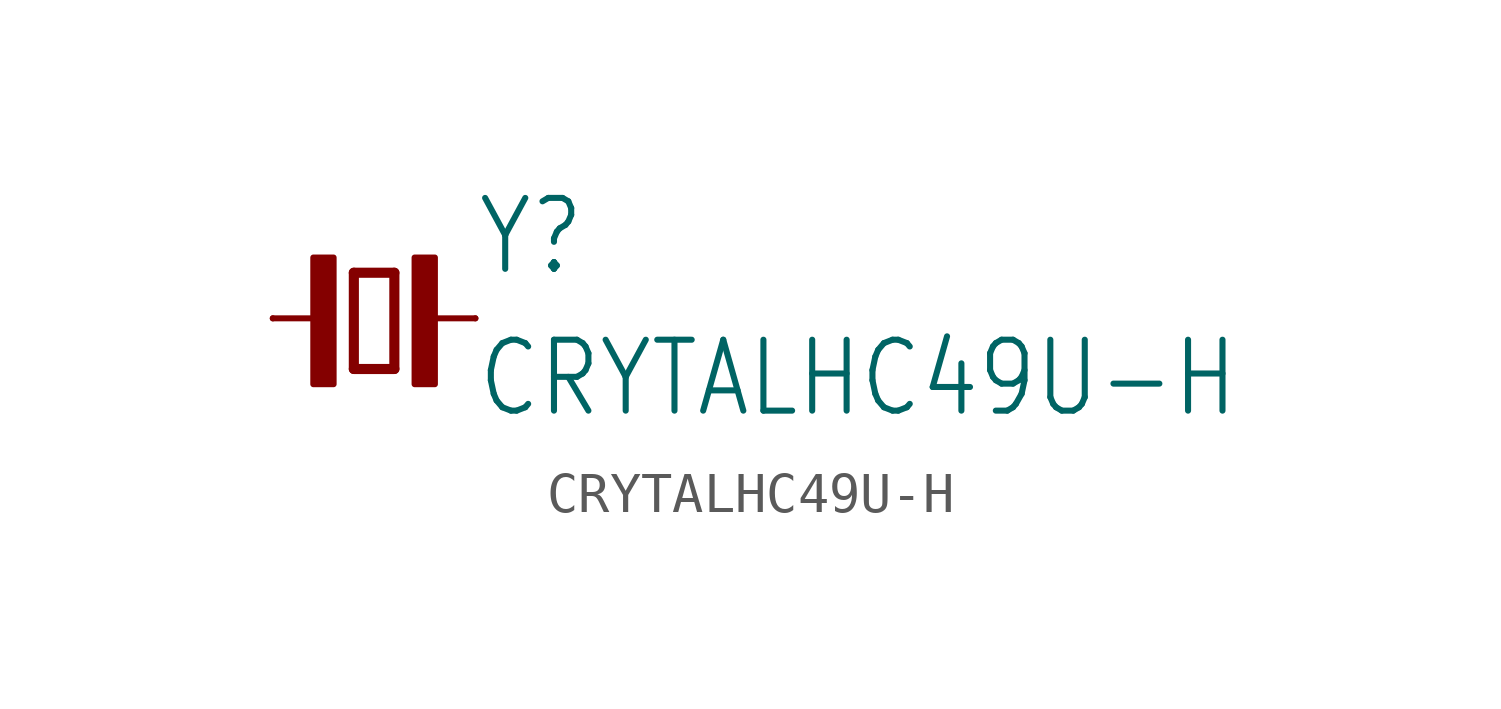
<source format=kicad_sym>
(kicad_symbol_lib
  (version 20211014)
  (generator kicad_symbol_editor)
  (symbol "CRYTALHC49U-H"
    (property "Reference" "Y"
      (at 2.54 1.016 0)
      (effects (font (size 1.778 1.511)) (justify left bottom)))
    (property "Value" "CRYTALHC49U-H"
      (at 2.54 -2.54 0)
      (effects (font (size 1.778 1.511)) (justify left bottom)))
    (property "ki_locked" ""
      (at 0 0 0)
      (effects (font (size 1.27 1.27))))
    (symbol "CRYTALHC49U-H_1_0"
      (rectangle (start -1.524 -1.651) (end -1.016 1.524) (stroke (width 0) (type default) (color 0 0 0 0)) (fill (type outline)))
      (polyline (pts (xy -2.54 0) (xy -1.143 0)) (stroke (width 0.152) (type default) (color 0 0 0 0)) (fill (type none)))
      (polyline (pts (xy -0.508 -1.27) (xy 0.508 -1.27)) (stroke (width 0.254) (type default) (color 0 0 0 0)) (fill (type none)))
      (polyline (pts (xy -0.508 1.143) (xy -0.508 -1.27)) (stroke (width 0.254) (type default) (color 0 0 0 0)) (fill (type none)))
      (polyline (pts (xy 0.508 -1.27) (xy 0.508 1.143)) (stroke (width 0.254) (type default) (color 0 0 0 0)) (fill (type none)))
      (polyline (pts (xy 0.508 1.143) (xy -0.508 1.143)) (stroke (width 0.254) (type default) (color 0 0 0 0)) (fill (type none)))
      (polyline (pts (xy 1.143 0) (xy 2.54 0)) (stroke (width 0.152) (type default) (color 0 0 0 0)) (fill (type none)))
      (rectangle (start 1.016 -1.651) (end 1.524 1.524) (stroke (width 0) (type default) (color 0 0 0 0)) (fill (type outline)))
      (pin passive line (at -2.54 0 0) (length 0) (name "1" (effects (font (size 0 0)))) (number "1" (effects (font (size 0 0)))))
      (pin passive line (at 2.54 0 180) (length 0) (name "2" (effects (font (size 0 0)))) (number "2" (effects (font (size 0 0))))))))
</source>
